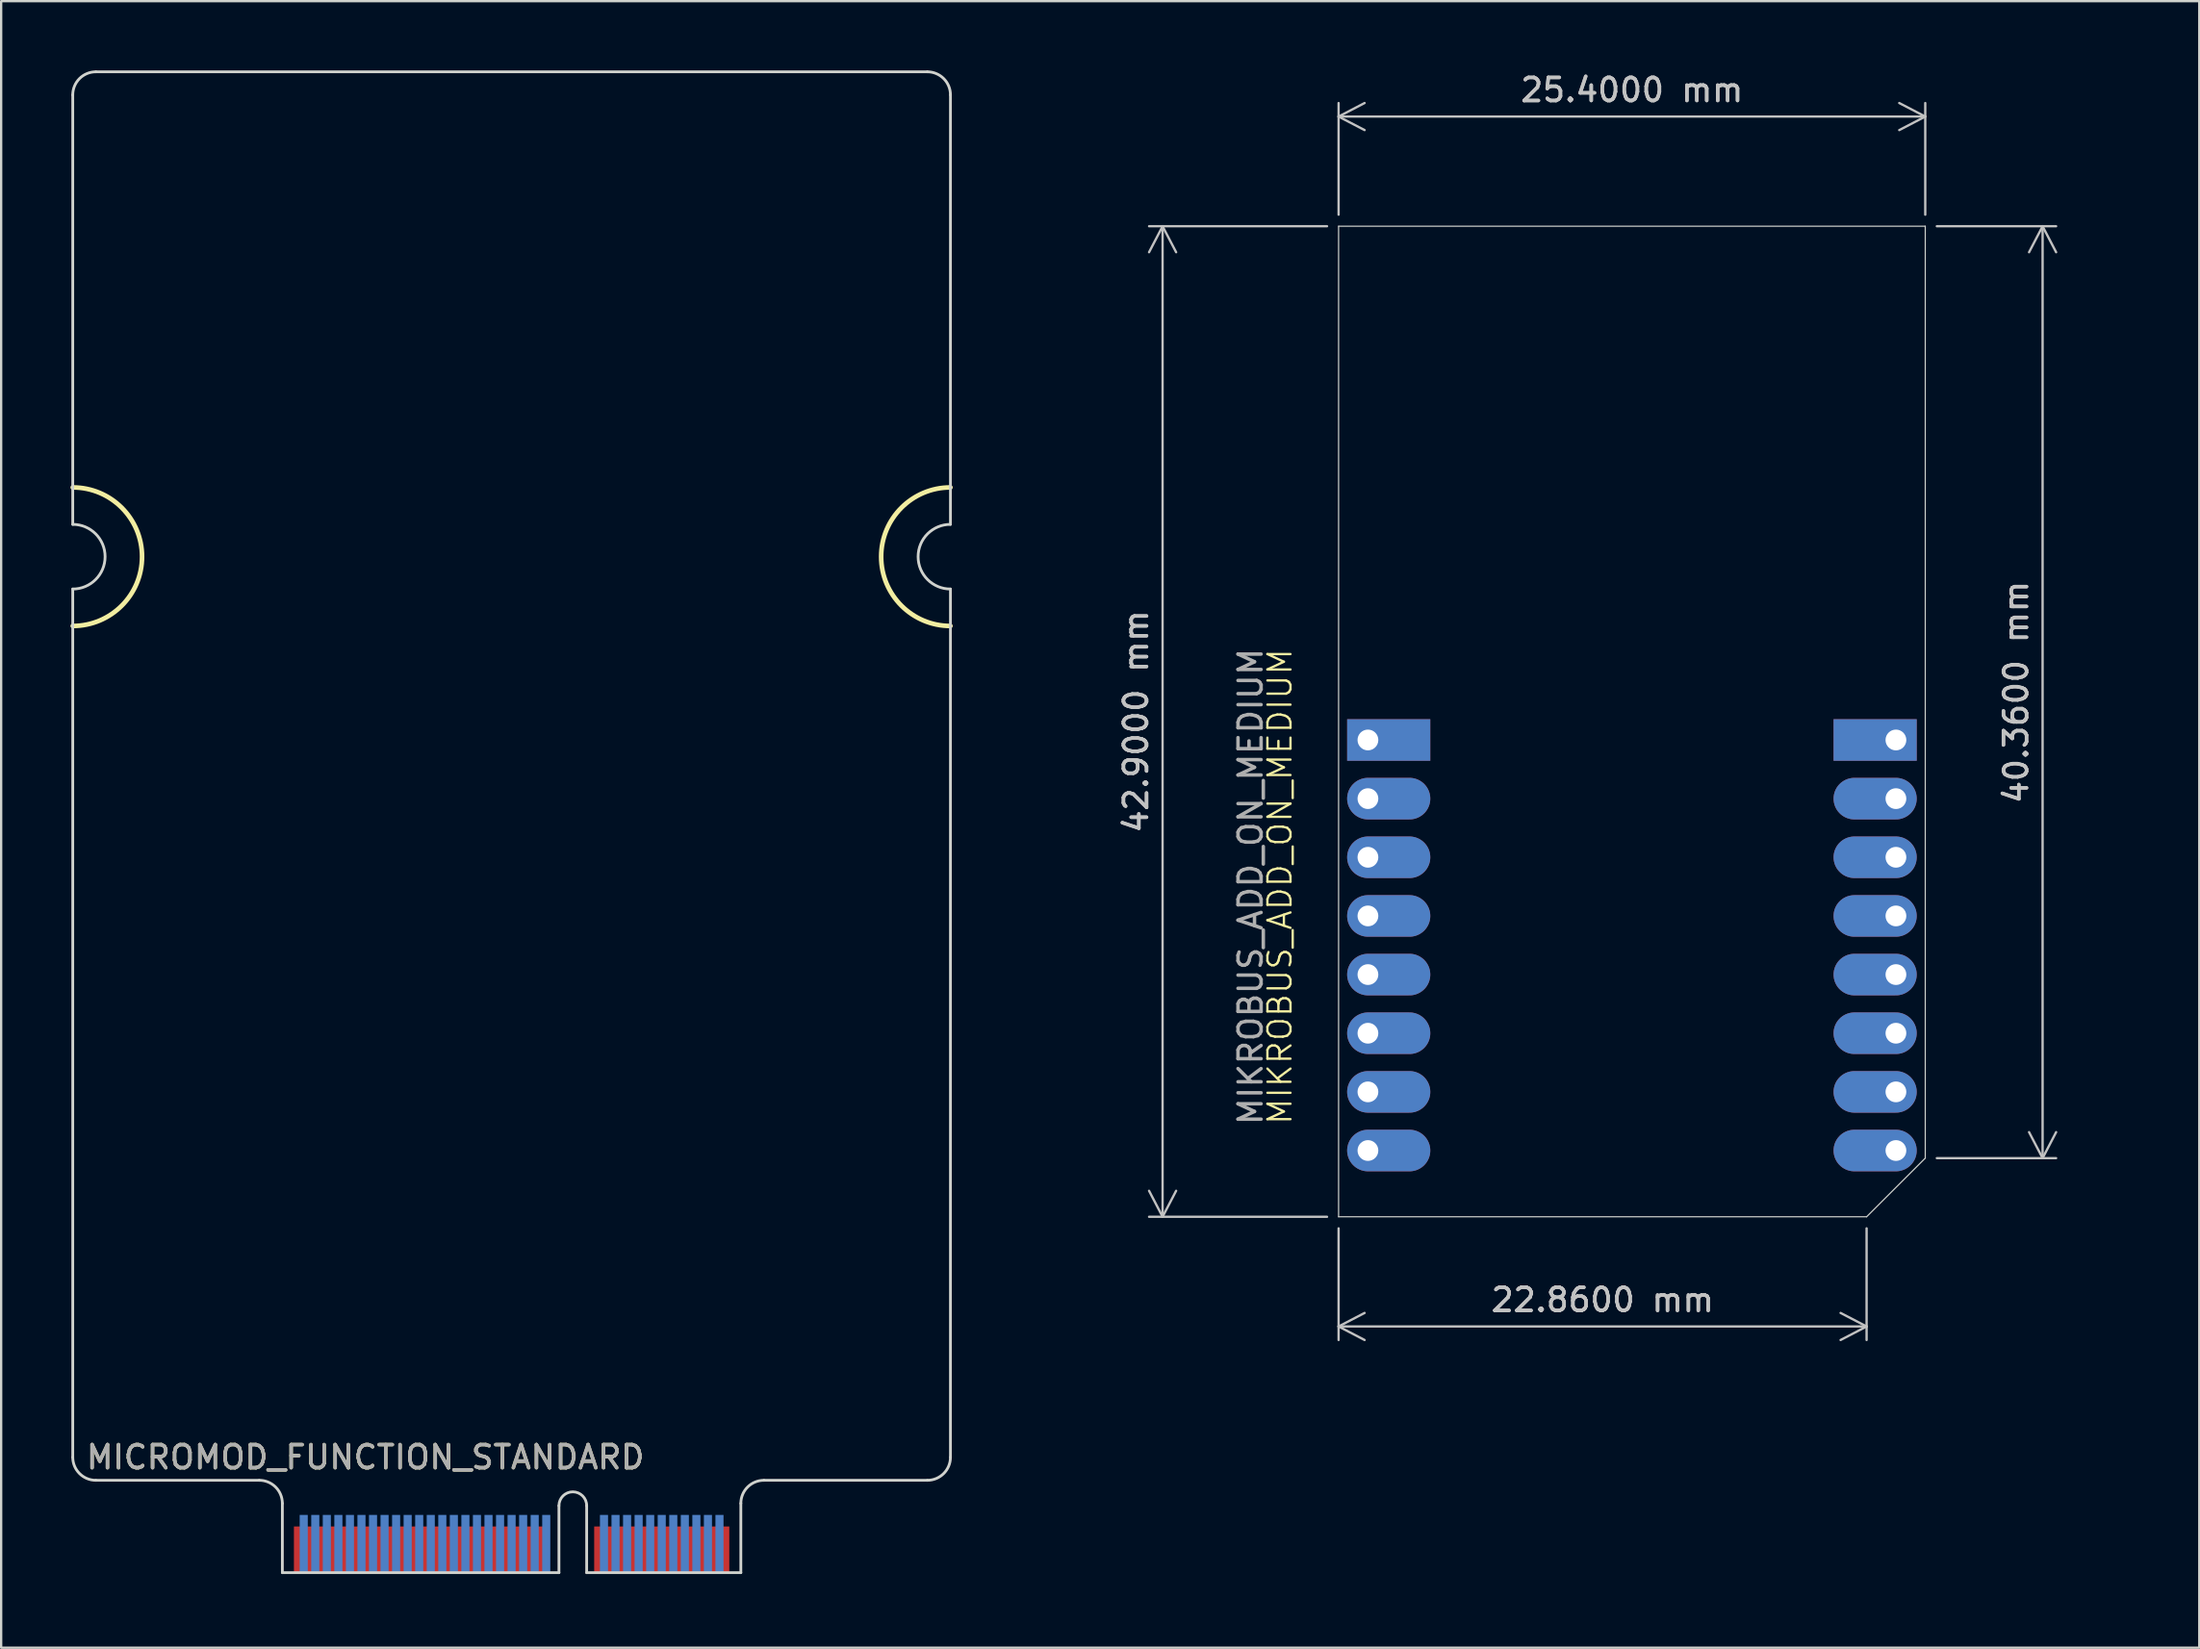
<source format=kicad_pcb>
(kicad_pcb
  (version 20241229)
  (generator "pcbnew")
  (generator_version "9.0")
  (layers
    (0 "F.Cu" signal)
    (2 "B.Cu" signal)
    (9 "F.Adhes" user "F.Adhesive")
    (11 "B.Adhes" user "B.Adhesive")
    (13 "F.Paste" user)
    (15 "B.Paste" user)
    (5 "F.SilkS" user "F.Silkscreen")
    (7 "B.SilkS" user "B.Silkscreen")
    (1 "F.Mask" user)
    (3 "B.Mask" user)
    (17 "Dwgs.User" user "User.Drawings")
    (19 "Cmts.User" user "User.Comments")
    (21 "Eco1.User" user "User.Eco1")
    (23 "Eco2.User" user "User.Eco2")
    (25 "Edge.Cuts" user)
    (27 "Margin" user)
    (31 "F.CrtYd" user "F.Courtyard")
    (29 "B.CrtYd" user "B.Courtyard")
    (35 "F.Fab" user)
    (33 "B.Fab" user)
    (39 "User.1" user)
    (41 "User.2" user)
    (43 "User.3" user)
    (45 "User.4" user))
  (footprint "MIKROBUS_ADD_ON_MEDIUM"
    (layer "F.Cu")
    (at 67.605 35.348)
    (property "Reference" "MIKROBUS_ADD_ON_MEDIUM" (at -15.24 0 90) (unlocked yes) (layer "F.SilkS") (effects (font (size 1 1) (thickness 0.1))))
    (attr through_hole)
    (fp_line (start -12.7 -28.6) (end -12.7 14.3) (stroke (width 0.05) (type default)) (layer "Edge.Cuts"))
    (fp_line (start -12.7 -28.6) (end 12.7 -28.6) (stroke (width 0.05) (type default)) (layer "Edge.Cuts"))
    (fp_line (start -12.7 14.3) (end 10.16 14.3) (stroke (width 0.05) (type default)) (layer "Edge.Cuts"))
    (fp_line (start 10.16 14.3) (end 12.7 11.76) (stroke (width 0.05) (type default)) (layer "Edge.Cuts"))
    (fp_line (start 12.7 -28.6) (end 12.7 11.76) (stroke (width 0.05) (type default)) (layer "Edge.Cuts"))
    (fp_text user "${REFERENCE}" (at -16.51 0 90) (unlocked yes) (layer "F.Fab") (effects (font (size 1 1) (thickness 0.15))))
    (dimension (type aligned) (layer "Dwgs.User") (pts (xy 54.905 49.648) (xy 54.905 6.748)) (height -7.62) (format (prefix "") (suffix "") (units 3) (units_format 1) (precision 4)) (style (thickness 0.1) (arrow_length 1.27) (text_position_mode 0) (arrow_direction outward) (extension_height 0.586) (extension_offset 0.5) (keep_text_aligned yes)) (gr_text "42.9000 mm" (at 46.135 28.198 90) (layer "Dwgs.User") (effects (font (size 1 1) (thickness 0.15)))))
    (dimension (type aligned) (layer "Dwgs.User") (pts (xy 77.765 49.648) (xy 54.905 49.648)) (height -4.75) (format (prefix "") (suffix "") (units 3) (units_format 1) (precision 4)) (style (thickness 0.1) (arrow_length 1.27) (text_position_mode 0) (arrow_direction outward) (extension_height 0.586) (extension_offset 0.5) (keep_text_aligned yes)) (gr_text "22.8600 mm" (at 66.335 53.248 0) (layer "Dwgs.User") (effects (font (size 1 1) (thickness 0.15)))))
    (dimension (type aligned) (layer "Dwgs.User") (pts (xy 80.305 47.108) (xy 80.305 6.748)) (height 5.08) (format (prefix "") (suffix "") (units 3) (units_format 1) (precision 4)) (style (thickness 0.1) (arrow_length 1.27) (text_position_mode 0) (arrow_direction outward) (extension_height 0.586) (extension_offset 0.5) (keep_text_aligned yes)) (gr_text "40.3600 mm" (at 84.235 26.928 90) (layer "Dwgs.User") (effects (font (size 1 1) (thickness 0.15)))))
    (dimension (type aligned) (layer "Dwgs.User") (pts (xy 54.905 6.748) (xy 80.305 6.748)) (height -4.75) (format (prefix "") (suffix "") (units 3) (units_format 1) (precision 4)) (style (thickness 0.1) (arrow_length 1.27) (text_position_mode 0) (arrow_direction outward) (extension_height 0.586) (extension_offset 0.5) (keep_text_aligned yes)) (gr_text "25.4000 mm" (at 67.605 0.848 0) (layer "Dwgs.User") (effects (font (size 1 1) (thickness 0.15)))))
    (pad "A1" thru_hole rect (at -11.43 -6.35) (size 3.6 1.8) (drill 0.9 (offset 0.9 0)) (layers "*.Cu" "*.Mask"))
    (pad "A2" thru_hole oval (at -11.43 -3.81) (size 3.6 1.8) (drill 0.9 (offset 0.9 0)) (layers "*.Cu" "*.Mask"))
    (pad "A3" thru_hole oval (at -11.43 -1.27) (size 3.6 1.8) (drill 0.9 (offset 0.9 0)) (layers "*.Cu" "*.Mask"))
    (pad "A4" thru_hole oval (at -11.43 1.27) (size 3.6 1.8) (drill 0.9 (offset 0.9 0)) (layers "*.Cu" "*.Mask"))
    (pad "A5" thru_hole oval (at -11.43 3.81) (size 3.6 1.8) (drill 0.9 (offset 0.9 0)) (layers "*.Cu" "*.Mask"))
    (pad "A6" thru_hole oval (at -11.43 6.35) (size 3.6 1.8) (drill 0.9 (offset 0.9 0)) (layers "*.Cu" "*.Mask"))
    (pad "A7" thru_hole oval (at -11.43 8.89) (size 3.6 1.8) (drill 0.9 (offset 0.9 0)) (layers "*.Cu" "*.Mask"))
    (pad "A8" thru_hole oval (at -11.43 11.43) (size 3.6 1.8) (drill 0.9 (offset 0.9 0)) (layers "*.Cu" "*.Mask"))
    (pad "B1" thru_hole rect (at 11.43 -6.35 180) (size 3.6 1.8) (drill 0.9 (offset 0.9 0)) (layers "*.Cu" "*.Mask"))
    (pad "B2" thru_hole oval (at 11.43 -3.81 180) (size 3.6 1.8) (drill 0.9 (offset 0.9 0)) (layers "*.Cu" "*.Mask"))
    (pad "B3" thru_hole oval (at 11.43 -1.27 180) (size 3.6 1.8) (drill 0.9 (offset 0.9 0)) (layers "*.Cu" "*.Mask"))
    (pad "B4" thru_hole oval (at 11.43 1.27 180) (size 3.6 1.8) (drill 0.9 (offset 0.9 0)) (layers "*.Cu" "*.Mask"))
    (pad "B5" thru_hole oval (at 11.43 3.81 180) (size 3.6 1.8) (drill 0.9 (offset 0.9 0)) (layers "*.Cu" "*.Mask"))
    (pad "B6" thru_hole oval (at 11.43 6.35 180) (size 3.6 1.8) (drill 0.9 (offset 0.9 0)) (layers "*.Cu" "*.Mask"))
    (pad "B7" thru_hole oval (at 11.43 8.89 180) (size 3.6 1.8) (drill 0.9 (offset 0.9 0)) (layers "*.Cu" "*.Mask"))
    (pad "B8" thru_hole oval (at 11.43 11.43 180) (size 3.6 1.8) (drill 0.9 (offset 0.9 0)) (layers "*.Cu" "*.Mask")))
  (footprint "MICROMOD_FUNCTION_STANDARD"
    (layer "F.Cu")
    (at 19.1 65.06)
    (property "Reference" "MICROMOD_FUNCTION_STANDARD" (at -18.5 -5 0) (unlocked yes) (layer "F.SilkS") (effects (font (size 1 1) (thickness 0.15)) (justify left)))
    (attr smd)
    (fp_arc (start -19 -47) (mid -16 -44) (end -19 -41) (stroke (width 0.2) (type solid)) (layer "F.SilkS"))
    (fp_arc (start 19 -41) (mid 16 -44) (end 19 -47) (stroke (width 0.2) (type solid)) (layer "F.SilkS"))
    (fp_line (start 0 0) (end 0 -65) (stroke (width 0.12) (type solid)) (layer "Eco1.User"))
    (fp_line (start -19 -64) (end -19 -45.4) (stroke (width 0.12) (type solid)) (layer "Edge.Cuts"))
    (fp_line (start -19 -5) (end -19 -42.6) (stroke (width 0.12) (type solid)) (layer "Edge.Cuts"))
    (fp_line (start -18 -4) (end -10.925 -4) (stroke (width 0.12) (type solid)) (layer "Edge.Cuts"))
    (fp_line (start -9.925 0) (end -9.925 -3) (stroke (width 0.12) (type solid)) (layer "Edge.Cuts"))
    (fp_line (start 2.05 0) (end -9.925 0) (stroke (width 0.12) (type solid)) (layer "Edge.Cuts"))
    (fp_line (start 2.05 0) (end 2.05 -2.9) (stroke (width 0.12) (type solid)) (layer "Edge.Cuts"))
    (fp_line (start 3.25 -2.9) (end 3.25 0) (stroke (width 0.12) (type solid)) (layer "Edge.Cuts"))
    (fp_line (start 3.25 0) (end 9.925 0) (stroke (width 0.12) (type solid)) (layer "Edge.Cuts"))
    (fp_line (start 9.925 0) (end 9.925 -3) (stroke (width 0.12) (type solid)) (layer "Edge.Cuts"))
    (fp_line (start 10.925 -4) (end 18 -4) (stroke (width 0.12) (type solid)) (layer "Edge.Cuts"))
    (fp_line (start 18 -65) (end -18 -65) (stroke (width 0.12) (type solid)) (layer "Edge.Cuts"))
    (fp_line (start 19 -45.4) (end 19 -64) (stroke (width 0.12) (type solid)) (layer "Edge.Cuts"))
    (fp_line (start 19 -5) (end 19 -42.6) (stroke (width 0.12) (type solid)) (layer "Edge.Cuts"))
    (fp_arc (start -19 -64) (mid -18.707107 -64.707107) (end -18 -65) (stroke (width 0.12) (type solid)) (layer "Edge.Cuts"))
    (fp_arc (start -19 -45.4) (mid -17.6 -44) (end -19 -42.6) (stroke (width 0.12) (type solid)) (layer "Edge.Cuts"))
    (fp_arc (start -18 -4) (mid -18.707107 -4.292893) (end -19 -5) (stroke (width 0.12) (type solid)) (layer "Edge.Cuts"))
    (fp_arc (start -10.925 -4) (mid -10.217894 -3.707106) (end -9.925 -3) (stroke (width 0.12) (type solid)) (layer "Edge.Cuts"))
    (fp_arc (start 2.05 -2.9) (mid 2.65 -3.5) (end 3.25 -2.9) (stroke (width 0.12) (type solid)) (layer "Edge.Cuts"))
    (fp_arc (start 9.925 -3) (mid 10.217894 -3.707106) (end 10.925 -4) (stroke (width 0.12) (type solid)) (layer "Edge.Cuts"))
    (fp_arc (start 18 -65) (mid 18.707107 -64.707107) (end 19 -64) (stroke (width 0.12) (type solid)) (layer "Edge.Cuts"))
    (fp_arc (start 19 -42.6) (mid 17.6 -44) (end 19 -45.4) (stroke (width 0.12) (type solid)) (layer "Edge.Cuts"))
    (fp_arc (start 19 -5) (mid 18.707107 -4.292893) (end 18 -4) (stroke (width 0.12) (type solid)) (layer "Edge.Cuts"))
    (fp_text user "${REFERENCE}" (at -18.5 -5 0) (unlocked yes) (layer "F.Fab") (effects (font (size 1 1) (thickness 0.15)) (justify left)))
    (pad "1" smd rect (at 9.25 -1) (size 0.35 2) (layers "F.Cu" "F.Mask" "F.Paste"))
    (pad "2" smd rect (at 9 -1.25 180) (size 0.35 2.5) (layers "B.Cu" "B.Mask" "B.Paste"))
    (pad "3" smd rect (at 8.75 -1) (size 0.35 2) (layers "F.Cu" "F.Mask" "F.Paste"))
    (pad "4" smd rect (at 8.5 -1.25 180) (size 0.35 2.5) (layers "B.Cu" "B.Mask" "B.Paste"))
    (pad "5" smd rect (at 8.25 -1) (size 0.35 2) (layers "F.Cu" "F.Mask" "F.Paste"))
    (pad "6" smd rect (at 8 -1.25 180) (size 0.35 2.5) (layers "B.Cu" "B.Mask" "B.Paste"))
    (pad "7" smd rect (at 7.75 -1) (size 0.35 2) (layers "F.Cu" "F.Mask" "F.Paste"))
    (pad "8" smd rect (at 7.5 -1.25 180) (size 0.35 2.5) (layers "B.Cu" "B.Mask" "B.Paste"))
    (pad "9" smd rect (at 7.25 -1) (size 0.35 2) (layers "F.Cu" "F.Mask" "F.Paste"))
    (pad "10" smd rect (at 7 -1.25 180) (size 0.35 2.5) (layers "B.Cu" "B.Mask" "B.Paste"))
    (pad "11" smd rect (at 6.75 -1) (size 0.35 2) (layers "F.Cu" "F.Mask" "F.Paste"))
    (pad "12" smd rect (at 6.5 -1.25 180) (size 0.35 2.5) (layers "B.Cu" "B.Mask" "B.Paste"))
    (pad "13" smd rect (at 6.25 -1) (size 0.35 2) (layers "F.Cu" "F.Mask" "F.Paste"))
    (pad "14" smd rect (at 6 -1.25 180) (size 0.35 2.5) (layers "B.Cu" "B.Mask" "B.Paste"))
    (pad "15" smd rect (at 5.75 -1) (size 0.35 2) (layers "F.Cu" "F.Mask" "F.Paste"))
    (pad "16" smd rect (at 5.5 -1.25 180) (size 0.35 2.5) (layers "B.Cu" "B.Mask" "B.Paste"))
    (pad "17" smd rect (at 5.25 -1) (size 0.35 2) (layers "F.Cu" "F.Mask" "F.Paste"))
    (pad "18" smd rect (at 5 -1.25 180) (size 0.35 2.5) (layers "B.Cu" "B.Mask" "B.Paste"))
    (pad "19" smd rect (at 4.75 -1) (size 0.35 2) (layers "F.Cu" "F.Mask" "F.Paste"))
    (pad "20" smd rect (at 4.5 -1.25 180) (size 0.35 2.5) (layers "B.Cu" "B.Mask" "B.Paste"))
    (pad "21" smd rect (at 4.25 -1) (size 0.35 2) (layers "F.Cu" "F.Mask" "F.Paste"))
    (pad "22" smd rect (at 4 -1.25 180) (size 0.35 2.5) (layers "B.Cu" "B.Mask" "B.Paste"))
    (pad "23" smd rect (at 3.75 -1) (size 0.35 2) (layers "F.Cu" "F.Mask" "F.Paste"))
    (pad "32" smd rect (at 1.5 -1.25 180) (size 0.35 2.5) (layers "B.Cu" "B.Mask" "B.Paste"))
    (pad "33" smd rect (at 1.25 -1) (size 0.35 2) (layers "F.Cu" "F.Mask" "F.Paste"))
    (pad "34" smd rect (at 1 -1.25 180) (size 0.35 2.5) (layers "B.Cu" "B.Mask" "B.Paste"))
    (pad "35" smd rect (at 0.75 -1) (size 0.35 2) (layers "F.Cu" "F.Mask" "F.Paste"))
    (pad "36" smd rect (at 0.5 -1.25 180) (size 0.35 2.5) (layers "B.Cu" "B.Mask" "B.Paste"))
    (pad "37" smd rect (at 0.25 -1) (size 0.35 2) (layers "F.Cu" "F.Mask" "F.Paste"))
    (pad "38" smd rect (at 0 -1.25 180) (size 0.35 2.5) (layers "B.Cu" "B.Mask" "B.Paste"))
    (pad "39" smd rect (at -0.25 -1) (size 0.35 2) (layers "F.Cu" "F.Mask" "F.Paste"))
    (pad "40" smd rect (at -0.5 -1.25 180) (size 0.35 2.5) (layers "B.Cu" "B.Mask" "B.Paste"))
    (pad "41" smd rect (at -0.75 -1) (size 0.35 2) (layers "F.Cu" "F.Mask" "F.Paste"))
    (pad "42" smd rect (at -1 -1.25 180) (size 0.35 2.5) (layers "B.Cu" "B.Mask" "B.Paste"))
    (pad "43" smd rect (at -1.25 -1) (size 0.35 2) (layers "F.Cu" "F.Mask" "F.Paste"))
    (pad "44" smd rect (at -1.5 -1.25 180) (size 0.35 2.5) (layers "B.Cu" "B.Mask" "B.Paste"))
    (pad "45" smd rect (at -1.75 -1) (size 0.35 2) (layers "F.Cu" "F.Mask" "F.Paste"))
    (pad "46" smd rect (at -2 -1.25 180) (size 0.35 2.5) (layers "B.Cu" "B.Mask" "B.Paste"))
    (pad "47" smd rect (at -2.25 -1) (size 0.35 2) (layers "F.Cu" "F.Mask" "F.Paste"))
    (pad "48" smd rect (at -2.5 -1.25 180) (size 0.35 2.5) (layers "B.Cu" "B.Mask" "B.Paste"))
    (pad "49" smd rect (at -2.75 -1) (size 0.35 2) (layers "F.Cu" "F.Mask" "F.Paste"))
    (pad "50" smd rect (at -3 -1.25 180) (size 0.35 2.5) (layers "B.Cu" "B.Mask" "B.Paste"))
    (pad "51" smd rect (at -3.25 -1) (size 0.35 2) (layers "F.Cu" "F.Mask" "F.Paste"))
    (pad "52" smd rect (at -3.5 -1.25 180) (size 0.35 2.5) (layers "B.Cu" "B.Mask" "B.Paste"))
    (pad "53" smd rect (at -3.75 -1) (size 0.35 2) (layers "F.Cu" "F.Mask" "F.Paste"))
    (pad "54" smd rect (at -4 -1.25 180) (size 0.35 2.5) (layers "B.Cu" "B.Mask" "B.Paste"))
    (pad "55" smd rect (at -4.25 -1) (size 0.35 2) (layers "F.Cu" "F.Mask" "F.Paste"))
    (pad "56" smd rect (at -4.5 -1.25 180) (size 0.35 2.5) (layers "B.Cu" "B.Mask" "B.Paste"))
    (pad "57" smd rect (at -4.75 -1) (size 0.35 2) (layers "F.Cu" "F.Mask" "F.Paste"))
    (pad "58" smd rect (at -5 -1.25 180) (size 0.35 2.5) (layers "B.Cu" "B.Mask" "B.Paste"))
    (pad "59" smd rect (at -5.25 -1) (size 0.35 2) (layers "F.Cu" "F.Mask" "F.Paste"))
    (pad "60" smd rect (at -5.5 -1.25 180) (size 0.35 2.5) (layers "B.Cu" "B.Mask" "B.Paste"))
    (pad "61" smd rect (at -5.75 -1) (size 0.35 2) (layers "F.Cu" "F.Mask" "F.Paste"))
    (pad "62" smd rect (at -6 -1.25 180) (size 0.35 2.5) (layers "B.Cu" "B.Mask" "B.Paste"))
    (pad "63" smd rect (at -6.25 -1) (size 0.35 2) (layers "F.Cu" "F.Mask" "F.Paste"))
    (pad "64" smd rect (at -6.5 -1.25 180) (size 0.35 2.5) (layers "B.Cu" "B.Mask" "B.Paste"))
    (pad "65" smd rect (at -6.75 -1) (size 0.35 2) (layers "F.Cu" "F.Mask" "F.Paste"))
    (pad "66" smd rect (at -7 -1.25 180) (size 0.35 2.5) (layers "B.Cu" "B.Mask" "B.Paste"))
    (pad "67" smd rect (at -7.25 -1) (size 0.35 2) (layers "F.Cu" "F.Mask" "F.Paste"))
    (pad "68" smd rect (at -7.5 -1.25 180) (size 0.35 2.5) (layers "B.Cu" "B.Mask" "B.Paste"))
    (pad "69" smd rect (at -7.75 -1) (size 0.35 2) (layers "F.Cu" "F.Mask" "F.Paste"))
    (pad "70" smd rect (at -8 -1.25 180) (size 0.35 2.5) (layers "B.Cu" "B.Mask" "B.Paste"))
    (pad "71" smd rect (at -8.25 -1) (size 0.35 2) (layers "F.Cu" "F.Mask" "F.Paste"))
    (pad "72" smd rect (at -8.5 -1.25 180) (size 0.35 2.5) (layers "B.Cu" "B.Mask" "B.Paste"))
    (pad "73" smd rect (at -8.75 -1) (size 0.35 2) (layers "F.Cu" "F.Mask" "F.Paste"))
    (pad "74" smd rect (at -9 -1.25 180) (size 0.35 2.5) (layers "B.Cu" "B.Mask" "B.Paste"))
    (pad "75" smd rect (at -9.25 -1) (size 0.35 2) (layers "F.Cu" "F.Mask" "F.Paste")))
  (gr_rect
    (start -3 -3)
    (end 92.169 68.31)
    (stroke (width 0.1) (type default))
    (fill no)
    (layer "Edge.Cuts")))
</source>
